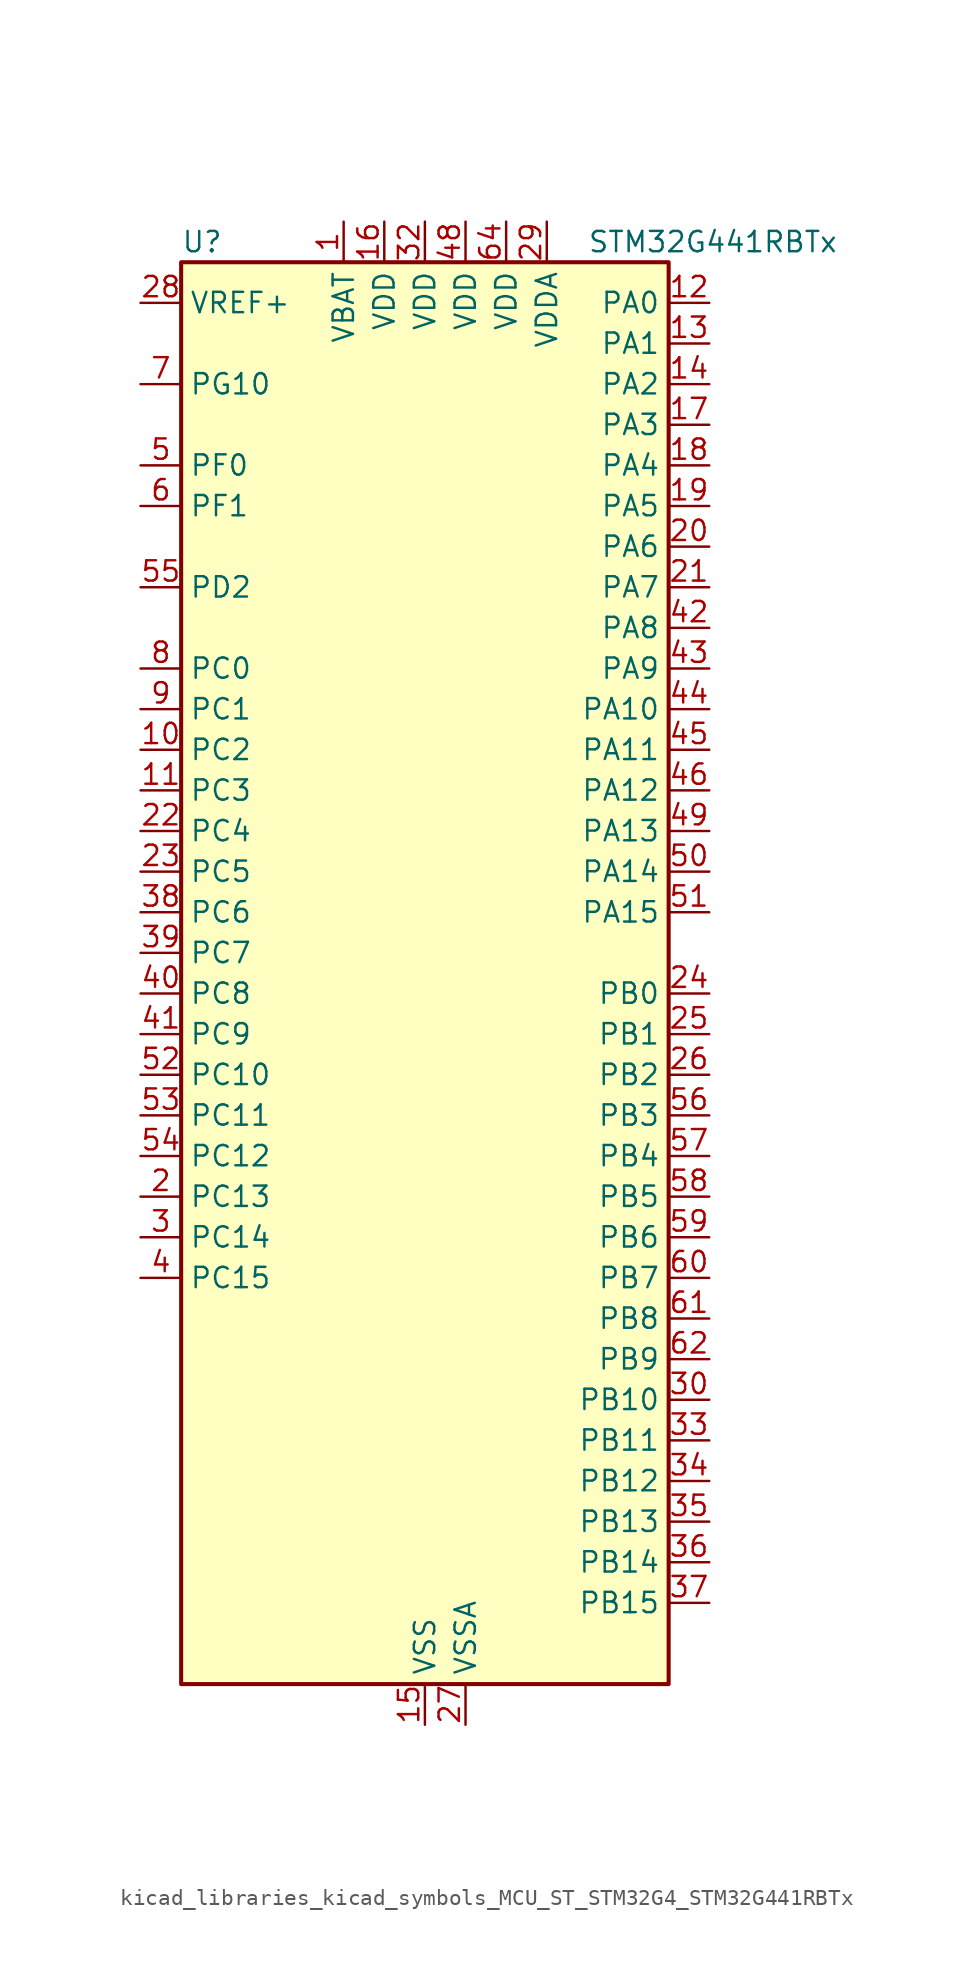
<source format=kicad_sym>
(kicad_symbol_lib
  (version 20220914)
  (generator kicad_symbol_editor)
  (symbol "kicad_libraries_kicad_symbols_MCU_ST_STM32G4_STM32G441RBTx"
    (property "Reference" "U"
      (at -15.24 46.99 0)
      (effects (font (size 1.27 1.27)) (justify left)))
    (property "Value" "STM32G441RBTx"
      (at 10.16 46.99 0)
      (effects (font (size 1.27 1.27)) (justify left)))
    (property "ki_locked" ""
      (at 0 0 0)
      (effects (font (size 1.27 1.27))))
    (symbol "kicad_libraries_kicad_symbols_MCU_ST_STM32G4_STM32G441RBTx_0_1"
      (rectangle (start -15.24 -43.18) (end 15.24 45.72) (stroke (width 0.254) (type default)) (fill (type background))))
    (symbol "kicad_libraries_kicad_symbols_MCU_ST_STM32G4_STM32G441RBTx_1_1"
      (pin power_in line (at -5.08 48.26 270) (length 2.54) (name "VBAT" (effects (font (size 1.27 1.27)))) (number "1" (effects (font (size 1.27 1.27)))))
      (pin bidirectional line (at -17.78 15.24 0) (length 2.54) (name "PC2" (effects (font (size 1.27 1.27)))) (number "10" (effects (font (size 1.27 1.27)))) (alternate "ADC1_IN8" bidirectional line) (alternate "ADC2_IN8" bidirectional line) (alternate "COMP3_OUT" bidirectional line) (alternate "LPTIM1_IN2" bidirectional line) (alternate "TIM1_CH3" bidirectional line))
      (pin bidirectional line (at -17.78 12.7 0) (length 2.54) (name "PC3" (effects (font (size 1.27 1.27)))) (number "11" (effects (font (size 1.27 1.27)))) (alternate "ADC1_IN9" bidirectional line) (alternate "ADC2_IN9" bidirectional line) (alternate "LPTIM1_ETR" bidirectional line) (alternate "SAI1_D1" bidirectional line) (alternate "SAI1_SD_A" bidirectional line) (alternate "TIM1_BKIN2" bidirectional line) (alternate "TIM1_CH4" bidirectional line))
      (pin bidirectional line (at 17.78 43.18 180) (length 2.54) (name "PA0" (effects (font (size 1.27 1.27)))) (number "12" (effects (font (size 1.27 1.27)))) (alternate "ADC1_IN1" bidirectional line) (alternate "ADC2_IN1" bidirectional line) (alternate "COMP1_INM" bidirectional line) (alternate "COMP1_OUT" bidirectional line) (alternate "COMP3_INP" bidirectional line) (alternate "RTC_TAMP2" bidirectional line) (alternate "SYS_WKUP1" bidirectional line) (alternate "TIM2_CH1" bidirectional line) (alternate "TIM2_ETR" bidirectional line) (alternate "TIM8_BKIN" bidirectional line) (alternate "TIM8_ETR" bidirectional line) (alternate "USART2_CTS" bidirectional line) (alternate "USART2_NSS" bidirectional line))
      (pin bidirectional line (at 17.78 40.64 180) (length 2.54) (name "PA1" (effects (font (size 1.27 1.27)))) (number "13" (effects (font (size 1.27 1.27)))) (alternate "ADC1_IN2" bidirectional line) (alternate "ADC2_IN2" bidirectional line) (alternate "COMP1_INP" bidirectional line) (alternate "OPAMP1_VINP" bidirectional line) (alternate "OPAMP1_VINP_SEC" bidirectional line) (alternate "OPAMP3_VINP" bidirectional line) (alternate "OPAMP3_VINP_SEC" bidirectional line) (alternate "RTC_REFIN" bidirectional line) (alternate "TIM15_CH1N" bidirectional line) (alternate "TIM2_CH2" bidirectional line) (alternate "USART2_DE" bidirectional line) (alternate "USART2_RTS" bidirectional line))
      (pin bidirectional line (at 17.78 38.1 180) (length 2.54) (name "PA2" (effects (font (size 1.27 1.27)))) (number "14" (effects (font (size 1.27 1.27)))) (alternate "ADC1_IN3" bidirectional line) (alternate "COMP2_INM" bidirectional line) (alternate "COMP2_OUT" bidirectional line) (alternate "LPUART1_TX" bidirectional line) (alternate "OPAMP1_VOUT" bidirectional line) (alternate "RCC_LSCO" bidirectional line) (alternate "SYS_WKUP4" bidirectional line) (alternate "TIM15_CH1" bidirectional line) (alternate "TIM2_CH3" bidirectional line) (alternate "UCPD1_FRSTX1" bidirectional line) (alternate "UCPD1_FRSTX2" bidirectional line) (alternate "USART2_TX" bidirectional line))
      (pin power_in line (at 0 -45.72 90) (length 2.54) (name "VSS" (effects (font (size 1.27 1.27)))) (number "15" (effects (font (size 1.27 1.27)))))
      (pin power_in line (at -2.54 48.26 270) (length 2.54) (name "VDD" (effects (font (size 1.27 1.27)))) (number "16" (effects (font (size 1.27 1.27)))))
      (pin bidirectional line (at 17.78 35.56 180) (length 2.54) (name "PA3" (effects (font (size 1.27 1.27)))) (number "17" (effects (font (size 1.27 1.27)))) (alternate "ADC1_IN4" bidirectional line) (alternate "COMP2_INP" bidirectional line) (alternate "LPUART1_RX" bidirectional line) (alternate "OPAMP1_VINM" bidirectional line) (alternate "OPAMP1_VINM0" bidirectional line) (alternate "OPAMP1_VINM_SEC" bidirectional line) (alternate "OPAMP1_VINP" bidirectional line) (alternate "OPAMP1_VINP_SEC" bidirectional line) (alternate "SAI1_CK1" bidirectional line) (alternate "SAI1_MCLK_A" bidirectional line) (alternate "TIM15_CH2" bidirectional line) (alternate "TIM2_CH4" bidirectional line) (alternate "USART2_RX" bidirectional line))
      (pin bidirectional line (at 17.78 33.02 180) (length 2.54) (name "PA4" (effects (font (size 1.27 1.27)))) (number "18" (effects (font (size 1.27 1.27)))) (alternate "ADC2_IN17" bidirectional line) (alternate "COMP1_INM" bidirectional line) (alternate "DAC1_OUT1" bidirectional line) (alternate "I2S3_WS" bidirectional line) (alternate "SAI1_FS_B" bidirectional line) (alternate "SPI1_NSS" bidirectional line) (alternate "SPI3_NSS" bidirectional line) (alternate "TIM3_CH2" bidirectional line) (alternate "USART2_CK" bidirectional line))
      (pin bidirectional line (at 17.78 30.48 180) (length 2.54) (name "PA5" (effects (font (size 1.27 1.27)))) (number "19" (effects (font (size 1.27 1.27)))) (alternate "ADC2_IN13" bidirectional line) (alternate "COMP2_INM" bidirectional line) (alternate "DAC1_OUT2" bidirectional line) (alternate "OPAMP2_VINM" bidirectional line) (alternate "OPAMP2_VINM0" bidirectional line) (alternate "OPAMP2_VINM_SEC" bidirectional line) (alternate "SPI1_SCK" bidirectional line) (alternate "TIM2_CH1" bidirectional line) (alternate "TIM2_ETR" bidirectional line) (alternate "UCPD1_FRSTX1" bidirectional line) (alternate "UCPD1_FRSTX2" bidirectional line))
      (pin bidirectional line (at -17.78 -12.7 0) (length 2.54) (name "PC13" (effects (font (size 1.27 1.27)))) (number "2" (effects (font (size 1.27 1.27)))) (alternate "RTC_OUT1" bidirectional line) (alternate "RTC_TAMP1" bidirectional line) (alternate "RTC_TS" bidirectional line) (alternate "SYS_WKUP2" bidirectional line) (alternate "TIM1_BKIN" bidirectional line) (alternate "TIM1_CH1N" bidirectional line) (alternate "TIM8_CH4N" bidirectional line))
      (pin bidirectional line (at 17.78 27.94 180) (length 2.54) (name "PA6" (effects (font (size 1.27 1.27)))) (number "20" (effects (font (size 1.27 1.27)))) (alternate "ADC2_IN3" bidirectional line) (alternate "COMP1_OUT" bidirectional line) (alternate "LPUART1_CTS" bidirectional line) (alternate "OPAMP2_VOUT" bidirectional line) (alternate "SPI1_MISO" bidirectional line) (alternate "TIM16_CH1" bidirectional line) (alternate "TIM1_BKIN" bidirectional line) (alternate "TIM3_CH1" bidirectional line) (alternate "TIM8_BKIN" bidirectional line))
      (pin bidirectional line (at 17.78 25.4 180) (length 2.54) (name "PA7" (effects (font (size 1.27 1.27)))) (number "21" (effects (font (size 1.27 1.27)))) (alternate "ADC2_IN4" bidirectional line) (alternate "COMP2_INP" bidirectional line) (alternate "COMP2_OUT" bidirectional line) (alternate "OPAMP1_VINP" bidirectional line) (alternate "OPAMP1_VINP_SEC" bidirectional line) (alternate "OPAMP2_VINP" bidirectional line) (alternate "OPAMP2_VINP_SEC" bidirectional line) (alternate "SPI1_MOSI" bidirectional line) (alternate "TIM17_CH1" bidirectional line) (alternate "TIM1_CH1N" bidirectional line) (alternate "TIM3_CH2" bidirectional line) (alternate "TIM8_CH1N" bidirectional line) (alternate "UCPD1_FRSTX1" bidirectional line) (alternate "UCPD1_FRSTX2" bidirectional line))
      (pin bidirectional line (at -17.78 10.16 0) (length 2.54) (name "PC4" (effects (font (size 1.27 1.27)))) (number "22" (effects (font (size 1.27 1.27)))) (alternate "ADC2_IN5" bidirectional line) (alternate "I2C2_SCL" bidirectional line) (alternate "TIM1_ETR" bidirectional line) (alternate "USART1_TX" bidirectional line))
      (pin bidirectional line (at -17.78 7.62 0) (length 2.54) (name "PC5" (effects (font (size 1.27 1.27)))) (number "23" (effects (font (size 1.27 1.27)))) (alternate "ADC2_IN11" bidirectional line) (alternate "OPAMP1_VINM" bidirectional line) (alternate "OPAMP1_VINM1" bidirectional line) (alternate "OPAMP1_VINM_SEC" bidirectional line) (alternate "OPAMP2_VINM" bidirectional line) (alternate "OPAMP2_VINM1" bidirectional line) (alternate "OPAMP2_VINM_SEC" bidirectional line) (alternate "SAI1_D3" bidirectional line) (alternate "SYS_WKUP5" bidirectional line) (alternate "TIM15_BKIN" bidirectional line) (alternate "TIM1_CH4N" bidirectional line) (alternate "USART1_RX" bidirectional line))
      (pin bidirectional line (at 17.78 0 180) (length 2.54) (name "PB0" (effects (font (size 1.27 1.27)))) (number "24" (effects (font (size 1.27 1.27)))) (alternate "ADC1_IN15" bidirectional line) (alternate "COMP4_INP" bidirectional line) (alternate "OPAMP2_VINP" bidirectional line) (alternate "OPAMP2_VINP_SEC" bidirectional line) (alternate "OPAMP3_VINP" bidirectional line) (alternate "OPAMP3_VINP_SEC" bidirectional line) (alternate "TIM1_CH2N" bidirectional line) (alternate "TIM3_CH3" bidirectional line) (alternate "TIM8_CH2N" bidirectional line) (alternate "UCPD1_FRSTX1" bidirectional line) (alternate "UCPD1_FRSTX2" bidirectional line))
      (pin bidirectional line (at 17.78 -2.54 180) (length 2.54) (name "PB1" (effects (font (size 1.27 1.27)))) (number "25" (effects (font (size 1.27 1.27)))) (alternate "ADC1_IN12" bidirectional line) (alternate "COMP1_INP" bidirectional line) (alternate "COMP4_OUT" bidirectional line) (alternate "LPUART1_DE" bidirectional line) (alternate "LPUART1_RTS" bidirectional line) (alternate "OPAMP3_VOUT" bidirectional line) (alternate "TIM1_CH3N" bidirectional line) (alternate "TIM3_CH4" bidirectional line) (alternate "TIM8_CH3N" bidirectional line))
      (pin bidirectional line (at 17.78 -5.08 180) (length 2.54) (name "PB2" (effects (font (size 1.27 1.27)))) (number "26" (effects (font (size 1.27 1.27)))) (alternate "ADC2_IN12" bidirectional line) (alternate "COMP4_INM" bidirectional line) (alternate "I2C3_SMBA" bidirectional line) (alternate "LPTIM1_OUT" bidirectional line) (alternate "OPAMP3_VINM" bidirectional line) (alternate "OPAMP3_VINM0" bidirectional line) (alternate "OPAMP3_VINM_SEC" bidirectional line) (alternate "RTC_OUT2" bidirectional line))
      (pin power_in line (at 2.54 -45.72 90) (length 2.54) (name "VSSA" (effects (font (size 1.27 1.27)))) (number "27" (effects (font (size 1.27 1.27)))))
      (pin input line (at -17.78 43.18 0) (length 2.54) (name "VREF+" (effects (font (size 1.27 1.27)))) (number "28" (effects (font (size 1.27 1.27)))) (alternate "VREFBUF_OUT" bidirectional line))
      (pin power_in line (at 7.62 48.26 270) (length 2.54) (name "VDDA" (effects (font (size 1.27 1.27)))) (number "29" (effects (font (size 1.27 1.27)))))
      (pin bidirectional line (at -17.78 -15.24 0) (length 2.54) (name "PC14" (effects (font (size 1.27 1.27)))) (number "3" (effects (font (size 1.27 1.27)))) (alternate "RCC_OSC32_IN" bidirectional line))
      (pin bidirectional line (at 17.78 -25.4 180) (length 2.54) (name "PB10" (effects (font (size 1.27 1.27)))) (number "30" (effects (font (size 1.27 1.27)))) (alternate "DAC1_EXTI10" bidirectional line) (alternate "DAC3_EXTI10" bidirectional line) (alternate "LPUART1_RX" bidirectional line) (alternate "OPAMP3_VINM" bidirectional line) (alternate "OPAMP3_VINM1" bidirectional line) (alternate "OPAMP3_VINM_SEC" bidirectional line) (alternate "SAI1_SCK_A" bidirectional line) (alternate "TIM1_BKIN" bidirectional line) (alternate "TIM2_CH3" bidirectional line) (alternate "USART3_TX" bidirectional line))
      (pin passive line (at 0 -45.72 90) (length 2.54) hide (name "VSS" (effects (font (size 1.27 1.27)))) (number "31" (effects (font (size 1.27 1.27)))))
      (pin power_in line (at 0 48.26 270) (length 2.54) (name "VDD" (effects (font (size 1.27 1.27)))) (number "32" (effects (font (size 1.27 1.27)))))
      (pin bidirectional line (at 17.78 -27.94 180) (length 2.54) (name "PB11" (effects (font (size 1.27 1.27)))) (number "33" (effects (font (size 1.27 1.27)))) (alternate "ADC1_EXTI11" bidirectional line) (alternate "ADC1_IN14" bidirectional line) (alternate "ADC2_EXTI11" bidirectional line) (alternate "ADC2_IN14" bidirectional line) (alternate "LPUART1_TX" bidirectional line) (alternate "TIM2_CH4" bidirectional line) (alternate "USART3_RX" bidirectional line))
      (pin bidirectional line (at 17.78 -30.48 180) (length 2.54) (name "PB12" (effects (font (size 1.27 1.27)))) (number "34" (effects (font (size 1.27 1.27)))) (alternate "ADC1_IN11" bidirectional line) (alternate "I2C2_SMBA" bidirectional line) (alternate "I2S2_WS" bidirectional line) (alternate "LPUART1_DE" bidirectional line) (alternate "LPUART1_RTS" bidirectional line) (alternate "SPI2_NSS" bidirectional line) (alternate "TIM1_BKIN" bidirectional line) (alternate "USART3_CK" bidirectional line))
      (pin bidirectional line (at 17.78 -33.02 180) (length 2.54) (name "PB13" (effects (font (size 1.27 1.27)))) (number "35" (effects (font (size 1.27 1.27)))) (alternate "I2S2_CK" bidirectional line) (alternate "LPUART1_CTS" bidirectional line) (alternate "OPAMP3_VINP" bidirectional line) (alternate "OPAMP3_VINP_SEC" bidirectional line) (alternate "SPI2_SCK" bidirectional line) (alternate "TIM1_CH1N" bidirectional line) (alternate "USART3_CTS" bidirectional line) (alternate "USART3_NSS" bidirectional line))
      (pin bidirectional line (at 17.78 -35.56 180) (length 2.54) (name "PB14" (effects (font (size 1.27 1.27)))) (number "36" (effects (font (size 1.27 1.27)))) (alternate "ADC1_IN5" bidirectional line) (alternate "COMP4_OUT" bidirectional line) (alternate "OPAMP2_VINP" bidirectional line) (alternate "OPAMP2_VINP_SEC" bidirectional line) (alternate "SPI2_MISO" bidirectional line) (alternate "TIM15_CH1" bidirectional line) (alternate "TIM1_CH2N" bidirectional line) (alternate "USART3_DE" bidirectional line) (alternate "USART3_RTS" bidirectional line))
      (pin bidirectional line (at 17.78 -38.1 180) (length 2.54) (name "PB15" (effects (font (size 1.27 1.27)))) (number "37" (effects (font (size 1.27 1.27)))) (alternate "ADC1_EXTI15" bidirectional line) (alternate "ADC2_EXTI15" bidirectional line) (alternate "ADC2_IN15" bidirectional line) (alternate "COMP3_OUT" bidirectional line) (alternate "I2S2_SD" bidirectional line) (alternate "RTC_REFIN" bidirectional line) (alternate "SPI2_MOSI" bidirectional line) (alternate "TIM15_CH1N" bidirectional line) (alternate "TIM15_CH2" bidirectional line) (alternate "TIM1_CH3N" bidirectional line))
      (pin bidirectional line (at -17.78 5.08 0) (length 2.54) (name "PC6" (effects (font (size 1.27 1.27)))) (number "38" (effects (font (size 1.27 1.27)))) (alternate "I2S2_MCK" bidirectional line) (alternate "TIM3_CH1" bidirectional line) (alternate "TIM8_CH1" bidirectional line))
      (pin bidirectional line (at -17.78 2.54 0) (length 2.54) (name "PC7" (effects (font (size 1.27 1.27)))) (number "39" (effects (font (size 1.27 1.27)))) (alternate "I2S3_MCK" bidirectional line) (alternate "TIM3_CH2" bidirectional line) (alternate "TIM8_CH2" bidirectional line))
      (pin bidirectional line (at -17.78 -17.78 0) (length 2.54) (name "PC15" (effects (font (size 1.27 1.27)))) (number "4" (effects (font (size 1.27 1.27)))) (alternate "ADC1_EXTI15" bidirectional line) (alternate "ADC2_EXTI15" bidirectional line) (alternate "RCC_OSC32_OUT" bidirectional line))
      (pin bidirectional line (at -17.78 0 0) (length 2.54) (name "PC8" (effects (font (size 1.27 1.27)))) (number "40" (effects (font (size 1.27 1.27)))) (alternate "I2C3_SCL" bidirectional line) (alternate "TIM3_CH3" bidirectional line) (alternate "TIM8_CH3" bidirectional line))
      (pin bidirectional line (at -17.78 -2.54 0) (length 2.54) (name "PC9" (effects (font (size 1.27 1.27)))) (number "41" (effects (font (size 1.27 1.27)))) (alternate "DAC1_EXTI9" bidirectional line) (alternate "DAC3_EXTI9" bidirectional line) (alternate "I2C3_SDA" bidirectional line) (alternate "I2S_CKIN" bidirectional line) (alternate "TIM3_CH4" bidirectional line) (alternate "TIM8_BKIN2" bidirectional line) (alternate "TIM8_CH4" bidirectional line))
      (pin bidirectional line (at 17.78 22.86 180) (length 2.54) (name "PA8" (effects (font (size 1.27 1.27)))) (number "42" (effects (font (size 1.27 1.27)))) (alternate "I2C2_SDA" bidirectional line) (alternate "I2C3_SCL" bidirectional line) (alternate "I2S2_MCK" bidirectional line) (alternate "RCC_MCO" bidirectional line) (alternate "SAI1_CK2" bidirectional line) (alternate "SAI1_SCK_A" bidirectional line) (alternate "TIM1_CH1" bidirectional line) (alternate "TIM4_ETR" bidirectional line) (alternate "USART1_CK" bidirectional line))
      (pin bidirectional line (at 17.78 20.32 180) (length 2.54) (name "PA9" (effects (font (size 1.27 1.27)))) (number "43" (effects (font (size 1.27 1.27)))) (alternate "DAC1_EXTI9" bidirectional line) (alternate "DAC3_EXTI9" bidirectional line) (alternate "I2C2_SCL" bidirectional line) (alternate "I2C3_SMBA" bidirectional line) (alternate "I2S3_MCK" bidirectional line) (alternate "SAI1_FS_A" bidirectional line) (alternate "TIM15_BKIN" bidirectional line) (alternate "TIM1_CH2" bidirectional line) (alternate "TIM2_CH3" bidirectional line) (alternate "UCPD1_DBCC1" bidirectional line) (alternate "USART1_TX" bidirectional line))
      (pin bidirectional line (at 17.78 17.78 180) (length 2.54) (name "PA10" (effects (font (size 1.27 1.27)))) (number "44" (effects (font (size 1.27 1.27)))) (alternate "CRS_SYNC" bidirectional line) (alternate "DAC1_EXTI10" bidirectional line) (alternate "DAC3_EXTI10" bidirectional line) (alternate "I2C2_SMBA" bidirectional line) (alternate "SAI1_D1" bidirectional line) (alternate "SAI1_SD_A" bidirectional line) (alternate "SPI2_MISO" bidirectional line) (alternate "TIM17_BKIN" bidirectional line) (alternate "TIM1_CH3" bidirectional line) (alternate "TIM2_CH4" bidirectional line) (alternate "TIM8_BKIN" bidirectional line) (alternate "UCPD1_DBCC2" bidirectional line) (alternate "USART1_RX" bidirectional line))
      (pin bidirectional line (at 17.78 15.24 180) (length 2.54) (name "PA11" (effects (font (size 1.27 1.27)))) (number "45" (effects (font (size 1.27 1.27)))) (alternate "ADC1_EXTI11" bidirectional line) (alternate "ADC2_EXTI11" bidirectional line) (alternate "COMP1_OUT" bidirectional line) (alternate "FDCAN1_RX" bidirectional line) (alternate "I2S2_SD" bidirectional line) (alternate "SPI2_MOSI" bidirectional line) (alternate "TIM1_BKIN2" bidirectional line) (alternate "TIM1_CH1N" bidirectional line) (alternate "TIM1_CH4" bidirectional line) (alternate "TIM4_CH1" bidirectional line) (alternate "USART1_CTS" bidirectional line) (alternate "USART1_NSS" bidirectional line) (alternate "USB_DM" bidirectional line))
      (pin bidirectional line (at 17.78 12.7 180) (length 2.54) (name "PA12" (effects (font (size 1.27 1.27)))) (number "46" (effects (font (size 1.27 1.27)))) (alternate "COMP2_OUT" bidirectional line) (alternate "FDCAN1_TX" bidirectional line) (alternate "I2S_CKIN" bidirectional line) (alternate "TIM16_CH1" bidirectional line) (alternate "TIM1_CH2N" bidirectional line) (alternate "TIM1_ETR" bidirectional line) (alternate "TIM4_CH2" bidirectional line) (alternate "USART1_DE" bidirectional line) (alternate "USART1_RTS" bidirectional line) (alternate "USB_DP" bidirectional line))
      (pin passive line (at 0 -45.72 90) (length 2.54) hide (name "VSS" (effects (font (size 1.27 1.27)))) (number "47" (effects (font (size 1.27 1.27)))))
      (pin power_in line (at 2.54 48.26 270) (length 2.54) (name "VDD" (effects (font (size 1.27 1.27)))) (number "48" (effects (font (size 1.27 1.27)))))
      (pin bidirectional line (at 17.78 10.16 180) (length 2.54) (name "PA13" (effects (font (size 1.27 1.27)))) (number "49" (effects (font (size 1.27 1.27)))) (alternate "I2C1_SCL" bidirectional line) (alternate "IR_OUT" bidirectional line) (alternate "SAI1_SD_B" bidirectional line) (alternate "SYS_JTMS-SWDIO" bidirectional line) (alternate "TIM16_CH1N" bidirectional line) (alternate "TIM4_CH3" bidirectional line) (alternate "USART3_CTS" bidirectional line) (alternate "USART3_NSS" bidirectional line))
      (pin bidirectional line (at -17.78 33.02 0) (length 2.54) (name "PF0" (effects (font (size 1.27 1.27)))) (number "5" (effects (font (size 1.27 1.27)))) (alternate "ADC1_IN10" bidirectional line) (alternate "I2C2_SDA" bidirectional line) (alternate "I2S2_WS" bidirectional line) (alternate "RCC_OSC_IN" bidirectional line) (alternate "SPI2_NSS" bidirectional line) (alternate "TIM1_CH3N" bidirectional line))
      (pin bidirectional line (at 17.78 7.62 180) (length 2.54) (name "PA14" (effects (font (size 1.27 1.27)))) (number "50" (effects (font (size 1.27 1.27)))) (alternate "I2C1_SDA" bidirectional line) (alternate "LPTIM1_OUT" bidirectional line) (alternate "SAI1_FS_B" bidirectional line) (alternate "SYS_JTCK-SWCLK" bidirectional line) (alternate "TIM1_BKIN" bidirectional line) (alternate "TIM8_CH2" bidirectional line) (alternate "USART2_TX" bidirectional line))
      (pin bidirectional line (at 17.78 5.08 180) (length 2.54) (name "PA15" (effects (font (size 1.27 1.27)))) (number "51" (effects (font (size 1.27 1.27)))) (alternate "ADC1_EXTI15" bidirectional line) (alternate "ADC2_EXTI15" bidirectional line) (alternate "I2C1_SCL" bidirectional line) (alternate "I2S3_WS" bidirectional line) (alternate "SPI1_NSS" bidirectional line) (alternate "SPI3_NSS" bidirectional line) (alternate "SYS_JTDI" bidirectional line) (alternate "TIM1_BKIN" bidirectional line) (alternate "TIM2_CH1" bidirectional line) (alternate "TIM2_ETR" bidirectional line) (alternate "TIM8_CH1" bidirectional line) (alternate "UART4_DE" bidirectional line) (alternate "UART4_RTS" bidirectional line) (alternate "USART2_RX" bidirectional line))
      (pin bidirectional line (at -17.78 -5.08 0) (length 2.54) (name "PC10" (effects (font (size 1.27 1.27)))) (number "52" (effects (font (size 1.27 1.27)))) (alternate "DAC1_EXTI10" bidirectional line) (alternate "DAC3_EXTI10" bidirectional line) (alternate "I2S3_CK" bidirectional line) (alternate "SPI3_SCK" bidirectional line) (alternate "TIM8_CH1N" bidirectional line) (alternate "UART4_TX" bidirectional line) (alternate "USART3_TX" bidirectional line))
      (pin bidirectional line (at -17.78 -7.62 0) (length 2.54) (name "PC11" (effects (font (size 1.27 1.27)))) (number "53" (effects (font (size 1.27 1.27)))) (alternate "ADC1_EXTI11" bidirectional line) (alternate "ADC2_EXTI11" bidirectional line) (alternate "I2C3_SDA" bidirectional line) (alternate "SPI3_MISO" bidirectional line) (alternate "TIM8_CH2N" bidirectional line) (alternate "UART4_RX" bidirectional line) (alternate "USART3_RX" bidirectional line))
      (pin bidirectional line (at -17.78 -10.16 0) (length 2.54) (name "PC12" (effects (font (size 1.27 1.27)))) (number "54" (effects (font (size 1.27 1.27)))) (alternate "I2S3_SD" bidirectional line) (alternate "SPI3_MOSI" bidirectional line) (alternate "TIM8_CH3N" bidirectional line) (alternate "UCPD1_FRSTX1" bidirectional line) (alternate "UCPD1_FRSTX2" bidirectional line) (alternate "USART3_CK" bidirectional line))
      (pin bidirectional line (at -17.78 25.4 0) (length 2.54) (name "PD2" (effects (font (size 1.27 1.27)))) (number "55" (effects (font (size 1.27 1.27)))) (alternate "TIM3_ETR" bidirectional line) (alternate "TIM8_BKIN" bidirectional line))
      (pin bidirectional line (at 17.78 -7.62 180) (length 2.54) (name "PB3" (effects (font (size 1.27 1.27)))) (number "56" (effects (font (size 1.27 1.27)))) (alternate "CRS_SYNC" bidirectional line) (alternate "I2S3_CK" bidirectional line) (alternate "SAI1_SCK_B" bidirectional line) (alternate "SPI1_SCK" bidirectional line) (alternate "SPI3_SCK" bidirectional line) (alternate "SYS_JTDO-SWO" bidirectional line) (alternate "TIM2_CH2" bidirectional line) (alternate "TIM3_ETR" bidirectional line) (alternate "TIM4_ETR" bidirectional line) (alternate "TIM8_CH1N" bidirectional line) (alternate "USART2_TX" bidirectional line))
      (pin bidirectional line (at 17.78 -10.16 180) (length 2.54) (name "PB4" (effects (font (size 1.27 1.27)))) (number "57" (effects (font (size 1.27 1.27)))) (alternate "SAI1_MCLK_B" bidirectional line) (alternate "SPI1_MISO" bidirectional line) (alternate "SPI3_MISO" bidirectional line) (alternate "SYS_JTRST" bidirectional line) (alternate "TIM16_CH1" bidirectional line) (alternate "TIM17_BKIN" bidirectional line) (alternate "TIM3_CH1" bidirectional line) (alternate "TIM8_CH2N" bidirectional line) (alternate "UCPD1_CC2" bidirectional line) (alternate "USART2_RX" bidirectional line))
      (pin bidirectional line (at 17.78 -12.7 180) (length 2.54) (name "PB5" (effects (font (size 1.27 1.27)))) (number "58" (effects (font (size 1.27 1.27)))) (alternate "I2C1_SMBA" bidirectional line) (alternate "I2C3_SDA" bidirectional line) (alternate "I2S3_SD" bidirectional line) (alternate "LPTIM1_IN1" bidirectional line) (alternate "SAI1_SD_B" bidirectional line) (alternate "SPI1_MOSI" bidirectional line) (alternate "SPI3_MOSI" bidirectional line) (alternate "TIM16_BKIN" bidirectional line) (alternate "TIM17_CH1" bidirectional line) (alternate "TIM3_CH2" bidirectional line) (alternate "TIM8_CH3N" bidirectional line) (alternate "USART2_CK" bidirectional line))
      (pin bidirectional line (at 17.78 -15.24 180) (length 2.54) (name "PB6" (effects (font (size 1.27 1.27)))) (number "59" (effects (font (size 1.27 1.27)))) (alternate "COMP4_OUT" bidirectional line) (alternate "LPTIM1_ETR" bidirectional line) (alternate "SAI1_FS_B" bidirectional line) (alternate "TIM16_CH1N" bidirectional line) (alternate "TIM4_CH1" bidirectional line) (alternate "TIM8_BKIN2" bidirectional line) (alternate "TIM8_CH1" bidirectional line) (alternate "TIM8_ETR" bidirectional line) (alternate "UCPD1_CC1" bidirectional line) (alternate "USART1_TX" bidirectional line))
      (pin bidirectional line (at -17.78 30.48 0) (length 2.54) (name "PF1" (effects (font (size 1.27 1.27)))) (number "6" (effects (font (size 1.27 1.27)))) (alternate "ADC2_IN10" bidirectional line) (alternate "COMP3_INM" bidirectional line) (alternate "I2S2_CK" bidirectional line) (alternate "RCC_OSC_OUT" bidirectional line) (alternate "SPI2_SCK" bidirectional line))
      (pin bidirectional line (at 17.78 -17.78 180) (length 2.54) (name "PB7" (effects (font (size 1.27 1.27)))) (number "60" (effects (font (size 1.27 1.27)))) (alternate "COMP3_OUT" bidirectional line) (alternate "I2C1_SDA" bidirectional line) (alternate "LPTIM1_IN2" bidirectional line) (alternate "SYS_PVD_IN" bidirectional line) (alternate "TIM17_CH1N" bidirectional line) (alternate "TIM3_CH4" bidirectional line) (alternate "TIM4_CH2" bidirectional line) (alternate "TIM8_BKIN" bidirectional line) (alternate "UART4_CTS" bidirectional line) (alternate "USART1_RX" bidirectional line))
      (pin bidirectional line (at 17.78 -20.32 180) (length 2.54) (name "PB8" (effects (font (size 1.27 1.27)))) (number "61" (effects (font (size 1.27 1.27)))) (alternate "COMP1_OUT" bidirectional line) (alternate "FDCAN1_RX" bidirectional line) (alternate "I2C1_SCL" bidirectional line) (alternate "SAI1_CK1" bidirectional line) (alternate "SAI1_MCLK_A" bidirectional line) (alternate "TIM16_CH1" bidirectional line) (alternate "TIM1_BKIN" bidirectional line) (alternate "TIM4_CH3" bidirectional line) (alternate "TIM8_CH2" bidirectional line) (alternate "USART3_RX" bidirectional line))
      (pin bidirectional line (at 17.78 -22.86 180) (length 2.54) (name "PB9" (effects (font (size 1.27 1.27)))) (number "62" (effects (font (size 1.27 1.27)))) (alternate "COMP2_OUT" bidirectional line) (alternate "DAC1_EXTI9" bidirectional line) (alternate "DAC3_EXTI9" bidirectional line) (alternate "FDCAN1_TX" bidirectional line) (alternate "I2C1_SDA" bidirectional line) (alternate "IR_OUT" bidirectional line) (alternate "SAI1_D2" bidirectional line) (alternate "SAI1_FS_A" bidirectional line) (alternate "TIM17_CH1" bidirectional line) (alternate "TIM1_CH3N" bidirectional line) (alternate "TIM4_CH4" bidirectional line) (alternate "TIM8_CH3" bidirectional line) (alternate "USART3_TX" bidirectional line))
      (pin passive line (at 0 -45.72 90) (length 2.54) hide (name "VSS" (effects (font (size 1.27 1.27)))) (number "63" (effects (font (size 1.27 1.27)))))
      (pin power_in line (at 5.08 48.26 270) (length 2.54) (name "VDD" (effects (font (size 1.27 1.27)))) (number "64" (effects (font (size 1.27 1.27)))))
      (pin bidirectional line (at -17.78 38.1 0) (length 2.54) (name "PG10" (effects (font (size 1.27 1.27)))) (number "7" (effects (font (size 1.27 1.27)))) (alternate "DAC1_EXTI10" bidirectional line) (alternate "DAC3_EXTI10" bidirectional line) (alternate "RCC_MCO" bidirectional line))
      (pin bidirectional line (at -17.78 20.32 0) (length 2.54) (name "PC0" (effects (font (size 1.27 1.27)))) (number "8" (effects (font (size 1.27 1.27)))) (alternate "ADC1_IN6" bidirectional line) (alternate "ADC2_IN6" bidirectional line) (alternate "COMP3_INM" bidirectional line) (alternate "LPTIM1_IN1" bidirectional line) (alternate "LPUART1_RX" bidirectional line) (alternate "TIM1_CH1" bidirectional line))
      (pin bidirectional line (at -17.78 17.78 0) (length 2.54) (name "PC1" (effects (font (size 1.27 1.27)))) (number "9" (effects (font (size 1.27 1.27)))) (alternate "ADC1_IN7" bidirectional line) (alternate "ADC2_IN7" bidirectional line) (alternate "COMP3_INP" bidirectional line) (alternate "LPTIM1_OUT" bidirectional line) (alternate "LPUART1_TX" bidirectional line) (alternate "SAI1_SD_A" bidirectional line) (alternate "TIM1_CH2" bidirectional line)))))
</source>
